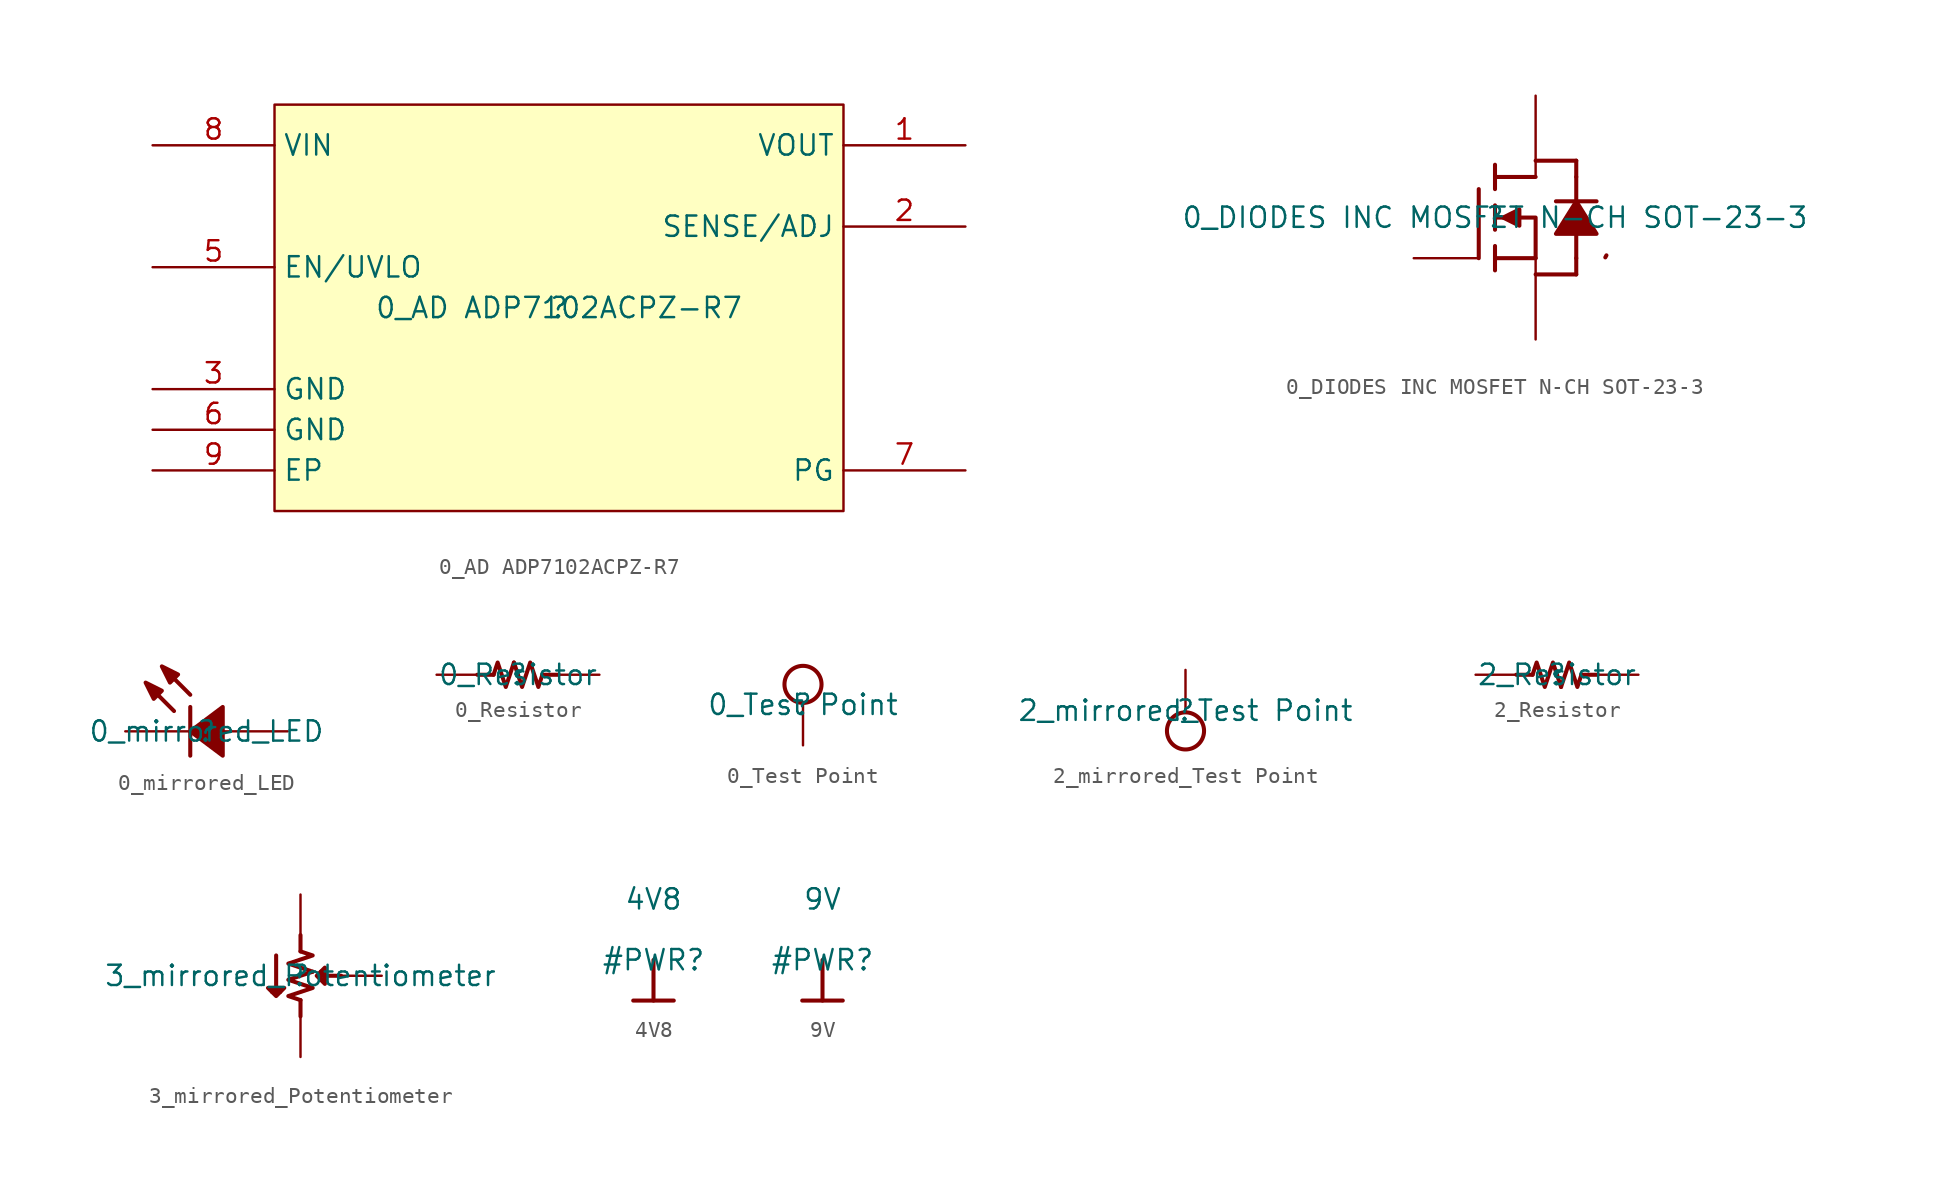
<source format=kicad_sym>
(kicad_symbol_lib
  (version 20211014)
  (generator kicad_symbol_editor)
  (symbol "0_AD ADP7102ACPZ-R7"
    (property "Reference" ""
      (at 0 0 0)
      (effects (font (size 1.27 1.27))))
    (property "Value" "0_AD ADP7102ACPZ-R7"
      (at 0 0 0)
      (effects (font (size 1.27 1.27))))
    (symbol "0_AD ADP7102ACPZ-R7_1_0"
      (rectangle (start 17.78 12.7) (end -17.78 -12.7) (stroke (width 0) (type default) (color 0 0 0 0)) (fill (type background)))
      (pin passive line (at 25.4 10.16 180) (length 7.62) (name "VOUT" (effects (font (size 1.27 1.27)))) (number "1" (effects (font (size 1.27 1.27)))))
      (pin passive line (at 25.4 5.08 180) (length 7.62) (name "SENSE/ADJ" (effects (font (size 1.27 1.27)))) (number "2" (effects (font (size 1.27 1.27)))))
      (pin passive line (at -25.4 -5.08 0) (length 7.62) (name "GND" (effects (font (size 1.27 1.27)))) (number "3" (effects (font (size 1.27 1.27)))))
      (pin passive line (at -25.4 2.54 0) (length 7.62) (name "EN/UVLO" (effects (font (size 1.27 1.27)))) (number "5" (effects (font (size 1.27 1.27)))))
      (pin passive line (at -25.4 -7.62 0) (length 7.62) (name "GND" (effects (font (size 1.27 1.27)))) (number "6" (effects (font (size 1.27 1.27)))))
      (pin passive line (at 25.4 -10.16 180) (length 7.62) (name "PG" (effects (font (size 1.27 1.27)))) (number "7" (effects (font (size 1.27 1.27)))))
      (pin passive line (at -25.4 10.16 0) (length 7.62) (name "VIN" (effects (font (size 1.27 1.27)))) (number "8" (effects (font (size 1.27 1.27)))))
      (pin passive line (at -25.4 -10.16 0) (length 7.62) (name "EP" (effects (font (size 1.27 1.27)))) (number "9" (effects (font (size 1.27 1.27)))))))
  (symbol "0_DIODES INC MOSFET N-CH SOT-23-3"
    (property "Reference" ""
      (at 0 0 0)
      (effects (font (size 1.27 1.27))))
    (property "Value" "0_DIODES INC MOSFET N-CH SOT-23-3"
      (at 0 0 0)
      (effects (font (size 1.27 1.27))))
    (symbol "0_DIODES INC MOSFET N-CH SOT-23-3_1_0"
      (polyline (pts (xy -1.016 -2.54) (xy -1.016 1.778)) (stroke (width 0.254) (type default) (color 0 0 0 0)) (fill (type none)))
      (polyline (pts (xy 0 -3.302) (xy 0 -1.778)) (stroke (width 0.254) (type default) (color 0 0 0 0)) (fill (type none)))
      (polyline (pts (xy 0 -2.54) (xy 2.54 -2.54)) (stroke (width 0.254) (type default) (color 0 0 0 0)) (fill (type none)))
      (polyline (pts (xy 0 -0.762) (xy 0 0.762)) (stroke (width 0.254) (type default) (color 0 0 0 0)) (fill (type none)))
      (polyline (pts (xy 0 1.778) (xy 0 3.302)) (stroke (width 0.254) (type default) (color 0 0 0 0)) (fill (type none)))
      (polyline (pts (xy 0 2.54) (xy 2.54 2.54)) (stroke (width 0.254) (type default) (color 0 0 0 0)) (fill (type none)))
      (polyline (pts (xy 2.54 -3.556) (xy 5.08 -3.556)) (stroke (width 0.254) (type default) (color 0 0 0 0)) (fill (type none)))
      (polyline (pts (xy 2.54 3.556) (xy 5.08 3.556)) (stroke (width 0.254) (type default) (color 0 0 0 0)) (fill (type none)))
      (polyline (pts (xy 5.08 -2.54) (xy 5.08 -3.556)) (stroke (width 0.254) (type default) (color 0 0 0 0)) (fill (type none)))
      (polyline (pts (xy 5.08 -2.54) (xy 5.08 2.54)) (stroke (width 0.254) (type default) (color 0 0 0 0)) (fill (type none)))
      (polyline (pts (xy 5.08 1.016) (xy 3.81 1.016)) (stroke (width 0.254) (type default) (color 0 0 0 0)) (fill (type none)))
      (polyline (pts (xy 5.08 1.016) (xy 6.35 1.016)) (stroke (width 0.254) (type default) (color 0 0 0 0)) (fill (type none)))
      (polyline (pts (xy 5.08 2.54) (xy 5.08 3.556)) (stroke (width 0.254) (type default) (color 0 0 0 0)) (fill (type none)))
      (polyline (pts (xy 0 0) (xy 2.54 0) (xy 2.54 -2.54)) (stroke (width 0.254) (type default) (color 0 0 0 0)) (fill (type none)))
      (polyline (pts (xy 5.08 1.016) (xy 3.81 -1.016) (xy 5.08 -1.016)) (stroke (width 0.254) (type default) (color 0 0 0 0)) (fill (type none)))
      (polyline (pts (xy 5.08 1.016) (xy 6.35 -1.016) (xy 5.08 -1.016)) (stroke (width 0.254) (type default) (color 0 0 0 0)) (fill (type none)))
      (polyline (pts (xy 0.508 0) (xy 1.524 0.508) (xy 1.524 -0.508) (xy 0.508 0)) (stroke (width 0.254) (type default) (color 0 0 0 0)) (fill (type outline)))
      (polyline (pts (xy 3.81 -1.016) (xy 6.35 -1.016) (xy 5.08 1.016) (xy 3.81 -1.016)) (stroke (width 0) (type default) (color 0 0 0 0)) (fill (type outline)))
      (arc (start 6.9674 -2.3618) (mid -1.8526 2.426) (end 6.8968 -2.4896) (stroke (width 0.254) (type default) (color 0 0 0 0)) (fill (type none)))
      (pin passive line (at -5.08 -2.54 0) (length 4.064) (name "G" (effects (font (size 0 0)))) (number "1" (effects (font (size 0 0)))))
      (pin passive line (at 2.54 -7.62 90) (length 5.08) (name "S" (effects (font (size 0 0)))) (number "2" (effects (font (size 0 0)))))
      (pin passive line (at 2.54 7.62 270) (length 5.08) (name "D" (effects (font (size 0 0)))) (number "3" (effects (font (size 0 0)))))))
  (symbol "0_mirrored_LED"
    (property "Reference" ""
      (at 0 0 0)
      (effects (font (size 1.27 1.27))))
    (property "Value" "0_mirrored_LED"
      (at 0 0 0)
      (effects (font (size 1.27 1.27))))
    (symbol "0_mirrored_LED_1_0"
      (polyline (pts (xy -2.032 1.27) (xy -3.556 2.794)) (stroke (width 0.254) (type default) (color 0 0 0 0)) (fill (type none)))
      (polyline (pts (xy -1.016 1.524) (xy -1.016 -1.524)) (stroke (width 0.254) (type default) (color 0 0 0 0)) (fill (type none)))
      (polyline (pts (xy -1.016 2.286) (xy -2.286 3.556)) (stroke (width 0.254) (type default) (color 0 0 0 0)) (fill (type none)))
      (polyline (pts (xy -3.81 3.048) (xy -2.794 2.54) (xy -3.302 2.032) (xy -3.81 3.048) (xy -3.81 3.048)) (stroke (width 0.254) (type default) (color 0 0 0 0)) (fill (type outline)))
      (polyline (pts (xy -2.794 4.064) (xy -1.778 3.556) (xy -2.286 3.048) (xy -2.794 4.064) (xy -2.794 4.064)) (stroke (width 0.254) (type default) (color 0 0 0 0)) (fill (type outline)))
      (polyline (pts (xy -1.016 0) (xy 1.016 1.524) (xy 1.016 -1.524) (xy -1.016 0) (xy -1.016 0)) (stroke (width 0.254) (type default) (color 0 0 0 0)) (fill (type outline)))
      (pin passive line (at 5.08 0 180) (length 4.064) (name "1" (effects (font (size 0 0)))) (number "1" (effects (font (size 0 0)))))
      (pin passive line (at -5.08 0 0) (length 4.064) (name "2" (effects (font (size 0 0)))) (number "2" (effects (font (size 0 0)))))))
  (symbol "0_Resistor"
    (property "Reference" ""
      (at 0 0 0)
      (effects (font (size 1.27 1.27))))
    (property "Value" "0_Resistor"
      (at 0 0 0)
      (effects (font (size 1.27 1.27))))
    (symbol "0_Resistor_1_0"
      (polyline (pts (xy -2.54 0) (xy -1.524 0)) (stroke (width 0.254) (type default) (color 0 0 0 0)) (fill (type none)))
      (polyline (pts (xy 2.54 0) (xy 1.524 0)) (stroke (width 0.254) (type default) (color 0 0 0 0)) (fill (type none)))
      (polyline (pts (xy -0.254 0.762) (xy -0.762 -0.762) (xy -1.27 0.762) (xy -1.524 0)) (stroke (width 0.254) (type default) (color 0 0 0 0)) (fill (type none)))
      (polyline (pts (xy -0.254 0.762) (xy 0.254 -0.762) (xy 0.762 0.762) (xy 1.27 -0.762) (xy 1.524 0)) (stroke (width 0.254) (type default) (color 0 0 0 0)) (fill (type none)))
      (pin passive line (at -5.08 0 0) (length 2.54) (name "1" (effects (font (size 0 0)))) (number "1" (effects (font (size 0 0)))))
      (pin passive line (at 5.08 0 180) (length 2.54) (name "2" (effects (font (size 0 0)))) (number "2" (effects (font (size 0 0)))))))
  (symbol "0_Test Point"
    (property "Reference" ""
      (at 0 0 0)
      (effects (font (size 1.27 1.27))))
    (property "Value" "0_Test Point"
      (at 0 0 0)
      (effects (font (size 1.27 1.27))))
    (symbol "0_Test Point_1_0"
      (circle (center 0 1.27) (radius 1.159) (stroke (width 0.254) (type default) (color 0 0 0 0)) (fill (type none)))
      (pin passive line (at 0 -2.54 90) (length 2.54) (name "TP" (effects (font (size 0 0)))) (number "1" (effects (font (size 0 0)))))))
  (symbol "2_mirrored_Test Point"
    (property "Reference" ""
      (at 0 0 0)
      (effects (font (size 1.27 1.27))))
    (property "Value" "2_mirrored_Test Point"
      (at 0 0 0)
      (effects (font (size 1.27 1.27))))
    (symbol "2_mirrored_Test Point_1_0"
      (circle (center 0 -1.27) (radius 1.159) (stroke (width 0.254) (type default) (color 0 0 0 0)) (fill (type none)))
      (pin passive line (at 0 2.54 270) (length 2.54) (name "TP" (effects (font (size 0 0)))) (number "1" (effects (font (size 0 0)))))))
  (symbol "2_Resistor"
    (property "Reference" ""
      (at 0 0 0)
      (effects (font (size 1.27 1.27))))
    (property "Value" "2_Resistor"
      (at 0 0 0)
      (effects (font (size 1.27 1.27))))
    (symbol "2_Resistor_1_0"
      (polyline (pts (xy -2.54 0) (xy -1.524 0)) (stroke (width 0.254) (type default) (color 0 0 0 0)) (fill (type none)))
      (polyline (pts (xy 2.54 0) (xy 1.524 0)) (stroke (width 0.254) (type default) (color 0 0 0 0)) (fill (type none)))
      (polyline (pts (xy 0.254 -0.762) (xy 0.762 0.762) (xy 1.27 -0.762) (xy 1.524 0)) (stroke (width 0.254) (type default) (color 0 0 0 0)) (fill (type none)))
      (polyline (pts (xy 0.254 -0.762) (xy -0.254 0.762) (xy -0.762 -0.762) (xy -1.27 0.762) (xy -1.524 0)) (stroke (width 0.254) (type default) (color 0 0 0 0)) (fill (type none)))
      (pin passive line (at 5.08 0 180) (length 2.54) (name "1" (effects (font (size 0 0)))) (number "1" (effects (font (size 0 0)))))
      (pin passive line (at -5.08 0 0) (length 2.54) (name "2" (effects (font (size 0 0)))) (number "2" (effects (font (size 0 0)))))))
  (symbol "3_mirrored_Potentiometer"
    (property "Reference" ""
      (at 0 0 0)
      (effects (font (size 1.27 1.27))))
    (property "Value" "3_mirrored_Potentiometer"
      (at 0 0 0)
      (effects (font (size 1.27 1.27))))
    (symbol "3_mirrored_Potentiometer_1_0"
      (polyline (pts (xy 0 -2.54) (xy 0 -1.524)) (stroke (width 0.254) (type default) (color 0 0 0 0)) (fill (type none)))
      (polyline (pts (xy 0 2.54) (xy 0 1.524)) (stroke (width 0.254) (type default) (color 0 0 0 0)) (fill (type none)))
      (polyline (pts (xy -1.27 -0.762) (xy -1.27 -1.016) (xy -1.778 -1.016)) (stroke (width 0.254) (type default) (color 0 0 0 0)) (fill (type none)))
      (polyline (pts (xy 1.524 -0.254) (xy 1.27 -0.254) (xy 1.27 0.254)) (stroke (width 0.254) (type default) (color 0 0 0 0)) (fill (type none)))
      (polyline (pts (xy 0.762 0.254) (xy -0.762 0.762) (xy 0.762 1.27) (xy 0 1.524)) (stroke (width 0.254) (type default) (color 0 0 0 0)) (fill (type none)))
      (polyline (pts (xy 0.762 0.254) (xy -0.762 -0.254) (xy 0.762 -0.762) (xy -0.762 -1.27) (xy 0 -1.524)) (stroke (width 0.254) (type default) (color 0 0 0 0)) (fill (type none)))
      (polyline (pts (xy -1.524 1.27) (xy -1.524 -1.27) (xy -2.032 -0.762) (xy -1.016 -0.762) (xy -1.524 -1.27) (xy -1.778 -1.016) (xy -1.524 -1.016)) (stroke (width 0.254) (type default) (color 0 0 0 0)) (fill (type none)))
      (polyline (pts (xy 2.54 0) (xy 1.016 0) (xy 1.524 0.508) (xy 1.524 -0.508) (xy 1.016 0) (xy 1.27 0.254) (xy 1.27 0)) (stroke (width 0.254) (type default) (color 0 0 0 0)) (fill (type none)))
      (pin passive line (at 0 5.08 270) (length 2.54) (name "1" (effects (font (size 0 0)))) (number "1" (effects (font (size 0 0)))))
      (pin passive line (at 5.08 0 180) (length 2.54) (name "2" (effects (font (size 0 0)))) (number "2" (effects (font (size 0 0)))))
      (pin passive line (at 0 -5.08 90) (length 2.54) (name "3" (effects (font (size 0 0)))) (number "3" (effects (font (size 0 0)))))))
  (symbol "4V8"
    (power)
    (property "Reference" "#PWR"
      (at 0 0 0)
      (effects (font (size 1.27 1.27))))
    (property "Value" "4V8"
      (at 0 3.81 0)
      (effects (font (size 1.27 1.27))))
    (symbol "4V8_0_0"
      (polyline (pts (xy -1.27 -2.54) (xy 1.27 -2.54)) (stroke (width 0.254) (type default) (color 0 0 0 0)) (fill (type none)))
      (polyline (pts (xy 0 0) (xy 0 -2.54)) (stroke (width 0.254) (type default) (color 0 0 0 0)) (fill (type none)))
      (pin power_in line (at 0 0 0) (length 0) hide (name "4V8" (effects (font (size 1.27 1.27)))) (number "" (effects (font (size 1.27 1.27)))))))
  (symbol "9V"
    (power)
    (property "Reference" "#PWR"
      (at 0 0 0)
      (effects (font (size 1.27 1.27))))
    (property "Value" "9V"
      (at 0 3.81 0)
      (effects (font (size 1.27 1.27))))
    (symbol "9V_0_0"
      (polyline (pts (xy -1.27 -2.54) (xy 1.27 -2.54)) (stroke (width 0.254) (type default) (color 0 0 0 0)) (fill (type none)))
      (polyline (pts (xy 0 0) (xy 0 -2.54)) (stroke (width 0.254) (type default) (color 0 0 0 0)) (fill (type none)))
      (pin power_in line (at 0 0 0) (length 0) hide (name "9V" (effects (font (size 1.27 1.27)))) (number "" (effects (font (size 1.27 1.27))))))))
</source>
